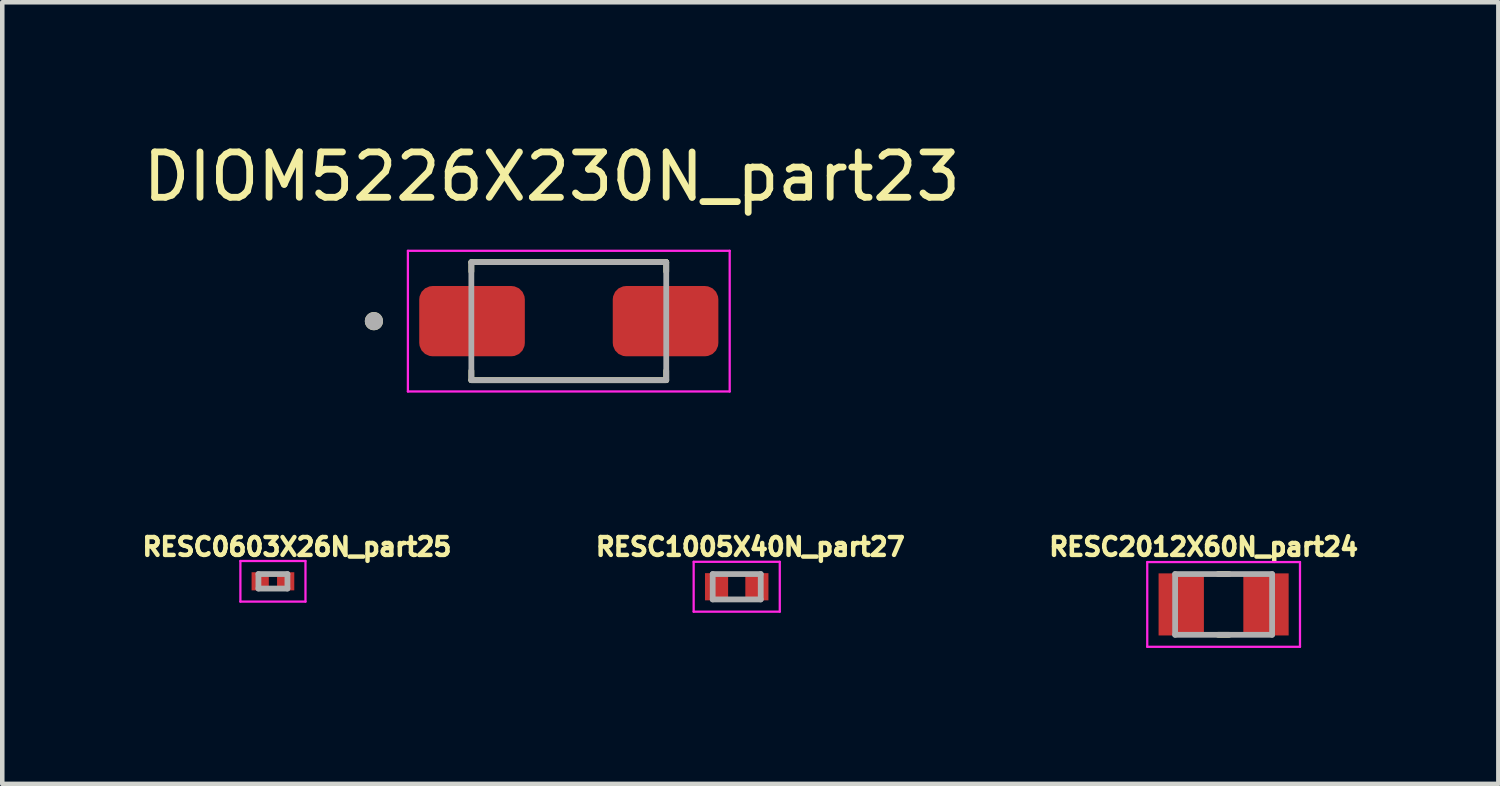
<source format=kicad_pcb>
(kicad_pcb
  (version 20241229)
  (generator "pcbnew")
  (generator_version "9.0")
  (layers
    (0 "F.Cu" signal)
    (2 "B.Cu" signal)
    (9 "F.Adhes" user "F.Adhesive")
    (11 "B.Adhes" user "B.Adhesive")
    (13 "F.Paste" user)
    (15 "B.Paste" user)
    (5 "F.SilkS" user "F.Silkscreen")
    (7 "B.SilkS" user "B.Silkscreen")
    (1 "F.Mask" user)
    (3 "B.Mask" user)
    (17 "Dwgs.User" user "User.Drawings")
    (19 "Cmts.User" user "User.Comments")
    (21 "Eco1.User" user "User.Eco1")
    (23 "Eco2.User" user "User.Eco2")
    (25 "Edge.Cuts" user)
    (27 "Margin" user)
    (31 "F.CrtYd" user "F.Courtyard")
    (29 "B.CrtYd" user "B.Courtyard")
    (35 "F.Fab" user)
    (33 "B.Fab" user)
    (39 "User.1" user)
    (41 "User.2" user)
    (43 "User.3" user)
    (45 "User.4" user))
  (footprint "RESC2012X60N_part24"
    (layer "F.Cu")
    (at 23.948 10.286)
    (property "Reference" "RESC2012X60N_part24" (at -0.44 -1.27 0) (layer "F.SilkS") (effects (font (size 0.394 0.394) (thickness 0.15))))
    (attr smd)
    (fp_line (start -0.12 -0.67) (end 0.12 -0.67) (stroke (width 0.127) (type solid)) (layer "F.SilkS"))
    (fp_line (start -0.12 0.67) (end 0.12 0.67) (stroke (width 0.127) (type solid)) (layer "F.SilkS"))
    (fp_line (start -1.685 -0.935) (end 1.685 -0.935) (stroke (width 0.05) (type solid)) (layer "F.CrtYd"))
    (fp_line (start -1.685 0.935) (end -1.685 -0.935) (stroke (width 0.05) (type solid)) (layer "F.CrtYd"))
    (fp_line (start -1.685 0.935) (end 1.685 0.935) (stroke (width 0.05) (type solid)) (layer "F.CrtYd"))
    (fp_line (start 1.685 0.935) (end 1.685 -0.935) (stroke (width 0.05) (type solid)) (layer "F.CrtYd"))
    (fp_line (start -1.07 0.67) (end -1.07 -0.67) (stroke (width 0.127) (type solid)) (layer "F.Fab"))
    (fp_line (start 1.07 -0.67) (end -1.07 -0.67) (stroke (width 0.127) (type solid)) (layer "F.Fab"))
    (fp_line (start 1.07 0.67) (end -1.07 0.67) (stroke (width 0.127) (type solid)) (layer "F.Fab"))
    (fp_line (start 1.07 0.67) (end 1.07 -0.67) (stroke (width 0.127) (type solid)) (layer "F.Fab"))
    (pad "1" smd rect (at -0.935 0) (size 1 1.37) (layers "F.Cu" "F.Mask" "F.Paste"))
    (pad "2" smd rect (at 0.935 0) (size 1 1.37) (layers "F.Cu" "F.Mask" "F.Paste")))
  (footprint "RESC1005X40N_part27"
    (layer "F.Cu")
    (at 13.205 9.896)
    (property "Reference" "RESC1005X40N_part27" (at 0.3 -0.88 0) (layer "F.SilkS") (effects (font (size 0.394 0.394) (thickness 0.15))))
    (attr smd)
    (fp_line (start -0.95 -0.55) (end 0.95 -0.55) (stroke (width 0.05) (type solid)) (layer "F.CrtYd"))
    (fp_line (start -0.95 0.55) (end -0.95 -0.55) (stroke (width 0.05) (type solid)) (layer "F.CrtYd"))
    (fp_line (start -0.95 0.55) (end 0.95 0.55) (stroke (width 0.05) (type solid)) (layer "F.CrtYd"))
    (fp_line (start 0.95 0.55) (end 0.95 -0.55) (stroke (width 0.05) (type solid)) (layer "F.CrtYd"))
    (fp_line (start -0.53 0.28) (end -0.53 -0.28) (stroke (width 0.127) (type solid)) (layer "F.Fab"))
    (fp_line (start 0.53 -0.28) (end -0.53 -0.28) (stroke (width 0.127) (type solid)) (layer "F.Fab"))
    (fp_line (start 0.53 0.28) (end -0.53 0.28) (stroke (width 0.127) (type solid)) (layer "F.Fab"))
    (fp_line (start 0.53 0.28) (end 0.53 -0.28) (stroke (width 0.127) (type solid)) (layer "F.Fab"))
    (pad "1" smd rect (at -0.445 0) (size 0.51 0.6) (layers "F.Cu" "F.Mask" "F.Paste"))
    (pad "2" smd rect (at 0.445 0) (size 0.51 0.6) (layers "F.Cu" "F.Mask" "F.Paste")))
  (footprint "RESC0603X26N_part25"
    (layer "F.Cu")
    (at 2.972 9.776)
    (property "Reference" "RESC0603X26N_part25" (at 0.53 -0.76 0) (layer "F.SilkS") (effects (font (size 0.394 0.394) (thickness 0.15))))
    (attr smd)
    (fp_line (start -0.718 -0.448) (end 0.718 -0.448) (stroke (width 0.05) (type solid)) (layer "F.CrtYd"))
    (fp_line (start -0.718 0.448) (end -0.718 -0.448) (stroke (width 0.05) (type solid)) (layer "F.CrtYd"))
    (fp_line (start -0.718 0.448) (end 0.718 0.448) (stroke (width 0.05) (type solid)) (layer "F.CrtYd"))
    (fp_line (start 0.718 0.448) (end 0.718 -0.448) (stroke (width 0.05) (type solid)) (layer "F.CrtYd"))
    (fp_line (start -0.32 0.16) (end -0.32 -0.16) (stroke (width 0.127) (type solid)) (layer "F.Fab"))
    (fp_line (start 0.32 -0.16) (end -0.32 -0.16) (stroke (width 0.127) (type solid)) (layer "F.Fab"))
    (fp_line (start 0.32 0.16) (end -0.32 0.16) (stroke (width 0.127) (type solid)) (layer "F.Fab"))
    (fp_line (start 0.32 0.16) (end 0.32 -0.16) (stroke (width 0.127) (type solid)) (layer "F.Fab"))
    (pad "1" smd rect (at -0.281 0) (size 0.38 0.4) (layers "F.Cu" "F.Mask" "F.Paste"))
    (pad "2" smd rect (at 0.281 0) (size 0.38 0.4) (layers "F.Cu" "F.Mask" "F.Paste")))
  (footprint "DIOM5226X230N_part23"
    (layer "F.Cu")
    (at 9.5 4.036)
    (property "Reference" "DIOM5226X230N_part23" (at -0.375 -3.188 0) (layer "F.SilkS") (effects (font (size 1 1) (thickness 0.15))))
    (attr smd)
    (fp_line (start -2.15 -1.302) (end 2.15 -1.302) (stroke (width 0.127) (type solid)) (layer "F.SilkS"))
    (fp_line (start -2.15 -1.095) (end -2.15 -1.302) (stroke (width 0.127) (type solid)) (layer "F.SilkS"))
    (fp_line (start -2.15 1.302) (end -2.15 1.095) (stroke (width 0.127) (type solid)) (layer "F.SilkS"))
    (fp_line (start 2.15 -1.302) (end 2.15 -1.095) (stroke (width 0.127) (type solid)) (layer "F.SilkS"))
    (fp_line (start 2.15 1.302) (end -2.15 1.302) (stroke (width 0.127) (type solid)) (layer "F.SilkS"))
    (fp_line (start 2.15 1.302) (end 2.15 1.095) (stroke (width 0.127) (type solid)) (layer "F.SilkS"))
    (fp_circle (center -4.3 0) (end -4.2 0) (stroke (width 0.2) (type solid)) (fill no) (layer "F.SilkS"))
    (fp_line (start -3.55 -1.552) (end -3.55 1.552) (stroke (width 0.05) (type solid)) (layer "F.CrtYd"))
    (fp_line (start -3.55 1.552) (end 3.55 1.552) (stroke (width 0.05) (type solid)) (layer "F.CrtYd"))
    (fp_line (start 3.55 -1.552) (end -3.55 -1.552) (stroke (width 0.05) (type solid)) (layer "F.CrtYd"))
    (fp_line (start 3.55 1.552) (end 3.55 -1.552) (stroke (width 0.05) (type solid)) (layer "F.CrtYd"))
    (fp_line (start -2.15 -1.302) (end 2.15 -1.302) (stroke (width 0.127) (type solid)) (layer "F.Fab"))
    (fp_line (start -2.15 1.302) (end -2.15 -1.302) (stroke (width 0.127) (type solid)) (layer "F.Fab"))
    (fp_line (start 2.15 -1.302) (end 2.15 1.302) (stroke (width 0.127) (type solid)) (layer "F.Fab"))
    (fp_line (start 2.15 1.302) (end -2.15 1.302) (stroke (width 0.127) (type solid)) (layer "F.Fab"))
    (fp_circle (center -4.3 0) (end -4.2 0) (stroke (width 0.2) (type solid)) (fill no) (layer "F.Fab"))
    (pad "1" smd roundrect (at -2.135 0) (size 2.33 1.55) (layers "F.Cu" "F.Mask" "F.Paste") (roundrect_rratio 0.19))
    (pad "2" smd roundrect (at 2.135 0) (size 2.33 1.55) (layers "F.Cu" "F.Mask" "F.Paste") (roundrect_rratio 0.19)))
  (gr_rect
    (start -3 -3)
    (end 30.01 14.246)
    (stroke (width 0.1) (type default))
    (fill no)
    (layer "Edge.Cuts")))
</source>
